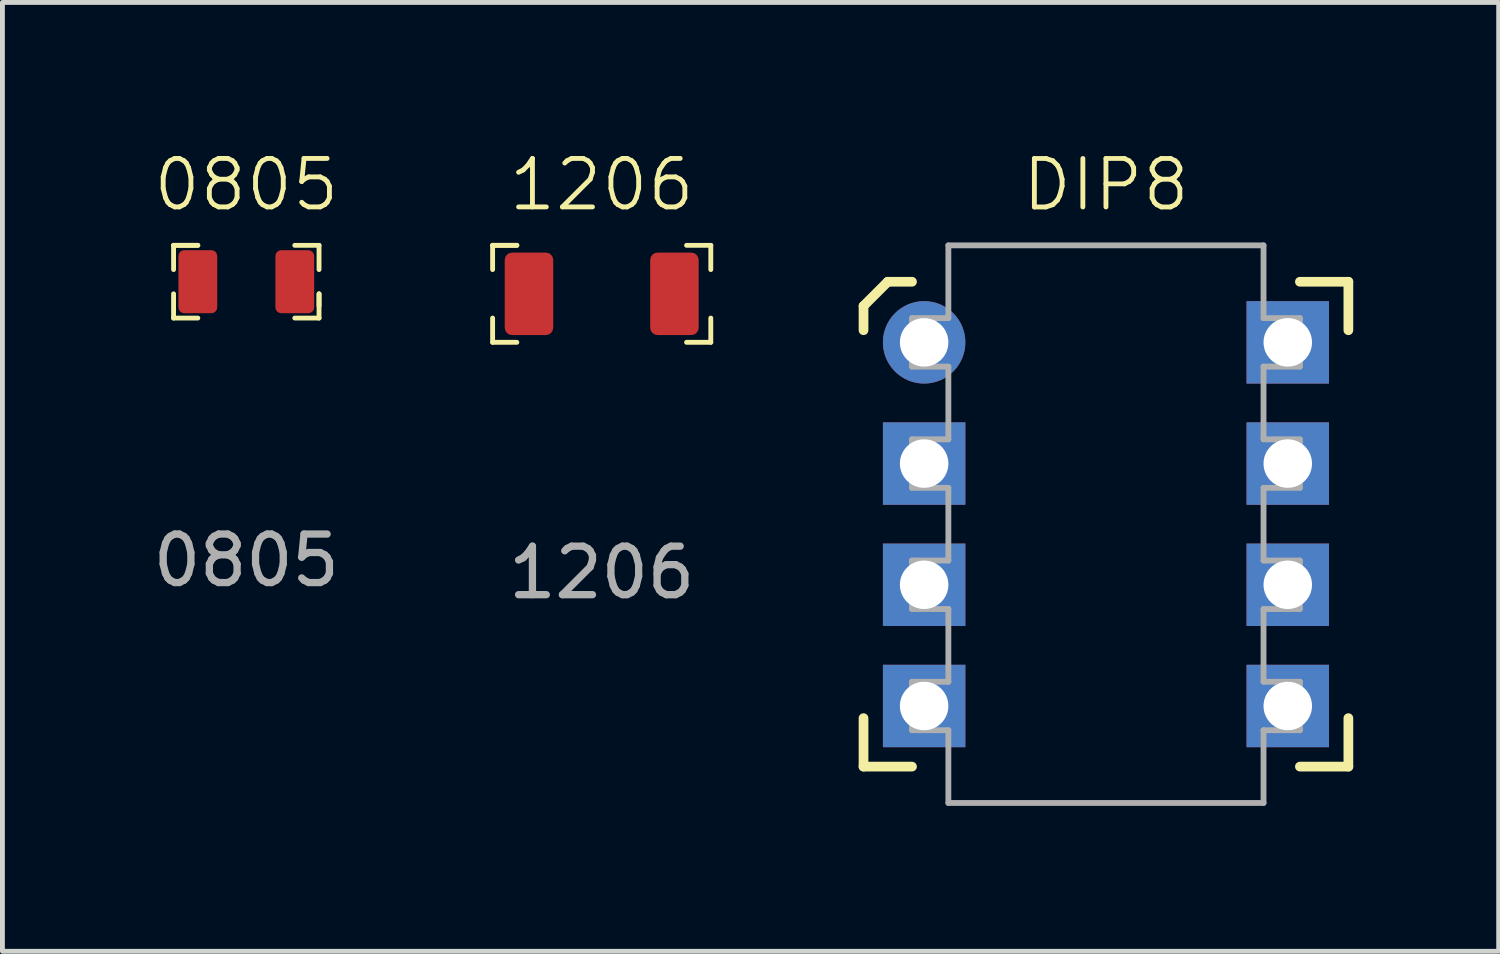
<source format=kicad_pcb>
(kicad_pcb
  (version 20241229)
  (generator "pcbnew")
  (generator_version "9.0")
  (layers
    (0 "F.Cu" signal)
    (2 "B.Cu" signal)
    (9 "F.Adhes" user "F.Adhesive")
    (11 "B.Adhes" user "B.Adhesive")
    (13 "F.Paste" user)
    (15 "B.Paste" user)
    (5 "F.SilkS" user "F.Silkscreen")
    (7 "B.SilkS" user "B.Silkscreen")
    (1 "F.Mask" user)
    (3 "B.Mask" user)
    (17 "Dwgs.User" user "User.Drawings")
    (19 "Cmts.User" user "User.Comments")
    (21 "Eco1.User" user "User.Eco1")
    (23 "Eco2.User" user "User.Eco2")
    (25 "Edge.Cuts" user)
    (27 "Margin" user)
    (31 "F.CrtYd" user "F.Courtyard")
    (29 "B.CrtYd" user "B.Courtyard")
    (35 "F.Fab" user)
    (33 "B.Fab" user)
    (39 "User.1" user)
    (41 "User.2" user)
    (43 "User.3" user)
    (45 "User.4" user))
  (footprint "DIP8"
    (layer "F.Cu")
    (at 19.76 8.011)
    (property "Reference" "DIP8" (at 0 -7.25 0) (unlocked yes) (layer "F.SilkS") (effects (font (size 1 1) (thickness 0.1))))
    (attr smd)
    (fp_line (start -5 -4.75) (end -5 -4.25) (stroke (width 0.2) (type solid)) (layer "F.SilkS"))
    (fp_line (start -5 4.75) (end -5 3.75) (stroke (width 0.2) (type solid)) (layer "F.SilkS"))
    (fp_line (start -5 4.75) (end -4 4.75) (stroke (width 0.2) (type solid)) (layer "F.SilkS"))
    (fp_line (start -4.5 -5.25) (end -5 -4.75) (stroke (width 0.2) (type solid)) (layer "F.SilkS"))
    (fp_line (start -4.5 -5.25) (end -4 -5.25) (stroke (width 0.2) (type solid)) (layer "F.SilkS"))
    (fp_line (start 5 -5.25) (end 4 -5.25) (stroke (width 0.2) (type solid)) (layer "F.SilkS"))
    (fp_line (start 5 -5.25) (end 5 -4.25) (stroke (width 0.2) (type solid)) (layer "F.SilkS"))
    (fp_line (start 5 4.75) (end 4 4.75) (stroke (width 0.2) (type solid)) (layer "F.SilkS"))
    (fp_line (start 5 4.75) (end 5 3.75) (stroke (width 0.2) (type solid)) (layer "F.SilkS"))
    (fp_line (start -4 -3.5) (end -4 -4.5) (stroke (width 0.12) (type solid)) (layer "F.Fab"))
    (fp_line (start -4 -3.5) (end -3.25 -3.5) (stroke (width 0.12) (type solid)) (layer "F.Fab"))
    (fp_line (start -4 -1) (end -4 -2) (stroke (width 0.12) (type solid)) (layer "F.Fab"))
    (fp_line (start -4 -1) (end -3.25 -1) (stroke (width 0.12) (type solid)) (layer "F.Fab"))
    (fp_line (start -4 1.5) (end -4 0.5) (stroke (width 0.12) (type solid)) (layer "F.Fab"))
    (fp_line (start -4 1.5) (end -3.25 1.5) (stroke (width 0.12) (type solid)) (layer "F.Fab"))
    (fp_line (start -4 4) (end -4 3) (stroke (width 0.12) (type solid)) (layer "F.Fab"))
    (fp_line (start -4 4) (end -3.25 4) (stroke (width 0.12) (type solid)) (layer "F.Fab"))
    (fp_line (start -3.25 -4.5) (end -4 -4.5) (stroke (width 0.12) (type solid)) (layer "F.Fab"))
    (fp_line (start -3.25 -4.5) (end -3.25 -6) (stroke (width 0.12) (type solid)) (layer "F.Fab"))
    (fp_line (start -3.25 -2) (end -4 -2) (stroke (width 0.12) (type solid)) (layer "F.Fab"))
    (fp_line (start -3.25 -2) (end -3.25 -3.5) (stroke (width 0.12) (type solid)) (layer "F.Fab"))
    (fp_line (start -3.25 0.5) (end -4 0.5) (stroke (width 0.12) (type solid)) (layer "F.Fab"))
    (fp_line (start -3.25 0.5) (end -3.25 -1) (stroke (width 0.12) (type solid)) (layer "F.Fab"))
    (fp_line (start -3.25 3) (end -4 3) (stroke (width 0.12) (type solid)) (layer "F.Fab"))
    (fp_line (start -3.25 3) (end -3.25 1.5) (stroke (width 0.12) (type solid)) (layer "F.Fab"))
    (fp_line (start -3.25 5.5) (end -3.25 4) (stroke (width 0.12) (type solid)) (layer "F.Fab"))
    (fp_line (start -3.25 5.5) (end 3.25 5.5) (stroke (width 0.12) (type solid)) (layer "F.Fab"))
    (fp_line (start 3.25 -6) (end -3.25 -6) (stroke (width 0.12) (type solid)) (layer "F.Fab"))
    (fp_line (start 3.25 -4.5) (end 3.25 -6) (stroke (width 0.12) (type solid)) (layer "F.Fab"))
    (fp_line (start 3.25 -3.5) (end 4 -3.5) (stroke (width 0.12) (type solid)) (layer "F.Fab"))
    (fp_line (start 3.25 -2) (end 3.25 -3.5) (stroke (width 0.12) (type solid)) (layer "F.Fab"))
    (fp_line (start 3.25 -1) (end 4 -1) (stroke (width 0.12) (type solid)) (layer "F.Fab"))
    (fp_line (start 3.25 0.5) (end 3.25 -1) (stroke (width 0.12) (type solid)) (layer "F.Fab"))
    (fp_line (start 3.25 1.5) (end 4 1.5) (stroke (width 0.12) (type solid)) (layer "F.Fab"))
    (fp_line (start 3.25 3) (end 3.25 1.5) (stroke (width 0.12) (type solid)) (layer "F.Fab"))
    (fp_line (start 3.25 4) (end 4 4) (stroke (width 0.12) (type solid)) (layer "F.Fab"))
    (fp_line (start 3.25 5.5) (end 3.25 4) (stroke (width 0.12) (type solid)) (layer "F.Fab"))
    (fp_line (start 4 -4.5) (end 3.25 -4.5) (stroke (width 0.12) (type solid)) (layer "F.Fab"))
    (fp_line (start 4 -3.5) (end 4 -4.5) (stroke (width 0.12) (type solid)) (layer "F.Fab"))
    (fp_line (start 4 -2) (end 3.25 -2) (stroke (width 0.12) (type solid)) (layer "F.Fab"))
    (fp_line (start 4 -1) (end 4 -2) (stroke (width 0.12) (type solid)) (layer "F.Fab"))
    (fp_line (start 4 0.5) (end 3.25 0.5) (stroke (width 0.12) (type solid)) (layer "F.Fab"))
    (fp_line (start 4 1.5) (end 4 0.5) (stroke (width 0.12) (type solid)) (layer "F.Fab"))
    (fp_line (start 4 3) (end 3.25 3) (stroke (width 0.12) (type solid)) (layer "F.Fab"))
    (fp_line (start 4 4) (end 4 3) (stroke (width 0.12) (type solid)) (layer "F.Fab"))
    (pad "1" thru_hole circle (at -3.75 -4) (size 1.7 1.7) (drill 1) (layers "*.Cu" "*.Mask"))
    (pad "2" thru_hole rect (at -3.75 -1.5) (size 1.7 1.7) (drill 1) (layers "*.Cu" "*.Mask"))
    (pad "3" thru_hole rect (at -3.75 1) (size 1.7 1.7) (drill 1) (layers "*.Cu" "*.Mask"))
    (pad "4" thru_hole rect (at -3.75 3.5) (size 1.7 1.7) (drill 1) (layers "*.Cu" "*.Mask"))
    (pad "5" thru_hole rect (at 3.75 3.5) (size 1.7 1.7) (drill 1) (layers "*.Cu" "*.Mask"))
    (pad "6" thru_hole rect (at 3.75 1) (size 1.7 1.7) (drill 1) (layers "*.Cu" "*.Mask"))
    (pad "7" thru_hole rect (at 3.75 -1.5) (size 1.7 1.7) (drill 1) (layers "*.Cu" "*.Mask"))
    (pad "8" thru_hole rect (at 3.75 -4) (size 1.7 1.7) (drill 1) (layers "*.Cu" "*.Mask")))
  (footprint "0805"
    (layer "F.Cu")
    (at 2.03 2.76)
    (property "Reference" "0805" (at 0 -2 0) (unlocked yes) (layer "F.SilkS") (effects (font (size 1 1) (thickness 0.1))))
    (attr smd)
    (fp_line (start -1.5 -0.75) (end -1 -0.75) (stroke (width 0.1) (type default)) (layer "F.SilkS"))
    (fp_line (start -1.5 -0.25) (end -1.5 -0.75) (stroke (width 0.1) (type default)) (layer "F.SilkS"))
    (fp_line (start -1.5 0.25) (end -1.5 0.75) (stroke (width 0.1) (type default)) (layer "F.SilkS"))
    (fp_line (start -1.5 0.75) (end -1 0.75) (stroke (width 0.1) (type default)) (layer "F.SilkS"))
    (fp_line (start -1 -0.75) (end -1.5 -0.75) (stroke (width 0.1) (type default)) (layer "F.SilkS"))
    (fp_line (start 1 0.75) (end 1.5 0.75) (stroke (width 0.1) (type default)) (layer "F.SilkS"))
    (fp_line (start 1.5 -0.75) (end 1 -0.75) (stroke (width 0.1) (type default)) (layer "F.SilkS"))
    (fp_line (start 1.5 -0.25) (end 1.5 -0.75) (stroke (width 0.1) (type default)) (layer "F.SilkS"))
    (fp_line (start 1.5 0.25) (end 1.5 0.5) (stroke (width 0.1) (type default)) (layer "F.SilkS"))
    (fp_line (start 1.5 0.75) (end 1.5 0.25) (stroke (width 0.1) (type default)) (layer "F.SilkS"))
    (fp_text user "${REFERENCE}" (at 0 5.75 0) (unlocked yes) (layer "F.Fab") (effects (font (size 1 1) (thickness 0.15))))
    (pad "1" smd roundrect (at -1 0 180) (size 0.8 1.3) (layers "F.Cu" "F.Mask" "F.Paste") (roundrect_rratio 0.15))
    (pad "2" smd roundrect (at 1 0 180) (size 0.8 1.3) (layers "F.Cu" "F.Mask" "F.Paste") (roundrect_rratio 0.15)))
  (footprint "1206"
    (layer "F.Cu")
    (at 9.36 3.01)
    (property "Reference" "1206" (at 0 -2.25 0) (unlocked yes) (layer "F.SilkS") (effects (font (size 1 1) (thickness 0.1))))
    (attr smd)
    (fp_line (start -2.25 -1) (end -1.75 -1) (stroke (width 0.1) (type default)) (layer "F.SilkS"))
    (fp_line (start -2.25 -0.5) (end -2.25 -1) (stroke (width 0.1) (type default)) (layer "F.SilkS"))
    (fp_line (start -2.25 0.5) (end -2.25 1) (stroke (width 0.1) (type default)) (layer "F.SilkS"))
    (fp_line (start -2.25 1) (end -1.75 1) (stroke (width 0.1) (type default)) (layer "F.SilkS"))
    (fp_line (start -1.75 -1) (end -2.25 -1) (stroke (width 0.1) (type default)) (layer "F.SilkS"))
    (fp_line (start 1.75 1) (end 2.25 1) (stroke (width 0.1) (type default)) (layer "F.SilkS"))
    (fp_line (start 2.25 -1) (end 1.75 -1) (stroke (width 0.1) (type default)) (layer "F.SilkS"))
    (fp_line (start 2.25 -0.5) (end 2.25 -1) (stroke (width 0.1) (type default)) (layer "F.SilkS"))
    (fp_line (start 2.25 1) (end 2.25 0.5) (stroke (width 0.1) (type default)) (layer "F.SilkS"))
    (fp_text user "${REFERENCE}" (at 0 5.75 0) (unlocked yes) (layer "F.Fab") (effects (font (size 1 1) (thickness 0.15))))
    (pad "1" smd roundrect (at -1.5 0 180) (size 1 1.7) (layers "F.Cu" "F.Mask" "F.Paste") (roundrect_rratio 0.15))
    (pad "2" smd roundrect (at 1.5 0 180) (size 1 1.7) (layers "F.Cu" "F.Mask" "F.Paste") (roundrect_rratio 0.15)))
  (gr_rect
    (start -3 -3)
    (end 27.86 16.57)
    (stroke (width 0.1) (type default))
    (fill no)
    (layer "Edge.Cuts")))
</source>
